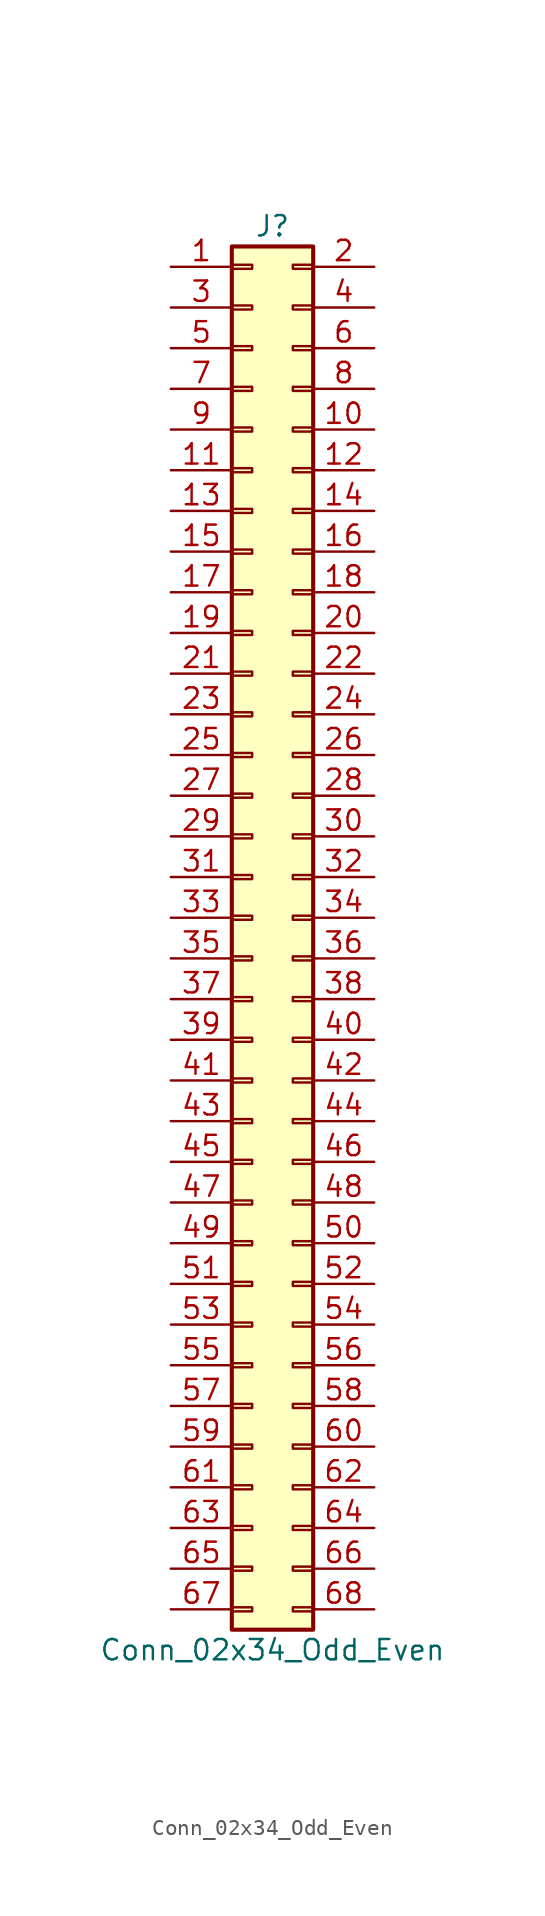
<source format=kicad_sym>
(kicad_symbol_lib
  (version 20201005)
  (generator kicad_symbol_editor)
  (symbol "Conn_02x34_Odd_Even"
    (pin_names
      (offset 1.016) hide)
    (property "Reference" "J"
      (at 1.27 43.18 0)
      (effects (font (size 1.27 1.27))))
    (property "Value" "Conn_02x34_Odd_Even"
      (at 1.27 -45.72 0)
      (effects (font (size 1.27 1.27))))
    (symbol "Conn_02x34_Odd_Even_1_1"
      (rectangle (start -1.27 -43.053) (end 0 -43.307) (stroke (width 0.152)) (fill (type none)))
      (rectangle (start -1.27 -40.513) (end 0 -40.767) (stroke (width 0.152)) (fill (type none)))
      (rectangle (start -1.27 -37.973) (end 0 -38.227) (stroke (width 0.152)) (fill (type none)))
      (rectangle (start -1.27 -35.433) (end 0 -35.687) (stroke (width 0.152)) (fill (type none)))
      (rectangle (start -1.27 -32.893) (end 0 -33.147) (stroke (width 0.152)) (fill (type none)))
      (rectangle (start -1.27 -30.353) (end 0 -30.607) (stroke (width 0.152)) (fill (type none)))
      (rectangle (start -1.27 -27.813) (end 0 -28.067) (stroke (width 0.152)) (fill (type none)))
      (rectangle (start -1.27 -25.273) (end 0 -25.527) (stroke (width 0.152)) (fill (type none)))
      (rectangle (start -1.27 -22.733) (end 0 -22.987) (stroke (width 0.152)) (fill (type none)))
      (rectangle (start -1.27 -20.193) (end 0 -20.447) (stroke (width 0.152)) (fill (type none)))
      (rectangle (start -1.27 -17.653) (end 0 -17.907) (stroke (width 0.152)) (fill (type none)))
      (rectangle (start -1.27 -15.113) (end 0 -15.367) (stroke (width 0.152)) (fill (type none)))
      (rectangle (start -1.27 -12.573) (end 0 -12.827) (stroke (width 0.152)) (fill (type none)))
      (rectangle (start -1.27 -10.033) (end 0 -10.287) (stroke (width 0.152)) (fill (type none)))
      (rectangle (start -1.27 -7.493) (end 0 -7.747) (stroke (width 0.152)) (fill (type none)))
      (rectangle (start -1.27 -4.953) (end 0 -5.207) (stroke (width 0.152)) (fill (type none)))
      (rectangle (start -1.27 -2.413) (end 0 -2.667) (stroke (width 0.152)) (fill (type none)))
      (rectangle (start -1.27 0.127) (end 0 -0.127) (stroke (width 0.152)) (fill (type none)))
      (rectangle (start -1.27 2.667) (end 0 2.413) (stroke (width 0.152)) (fill (type none)))
      (rectangle (start -1.27 5.207) (end 0 4.953) (stroke (width 0.152)) (fill (type none)))
      (rectangle (start -1.27 7.747) (end 0 7.493) (stroke (width 0.152)) (fill (type none)))
      (rectangle (start -1.27 10.287) (end 0 10.033) (stroke (width 0.152)) (fill (type none)))
      (rectangle (start -1.27 12.827) (end 0 12.573) (stroke (width 0.152)) (fill (type none)))
      (rectangle (start -1.27 15.367) (end 0 15.113) (stroke (width 0.152)) (fill (type none)))
      (rectangle (start -1.27 17.907) (end 0 17.653) (stroke (width 0.152)) (fill (type none)))
      (rectangle (start -1.27 20.447) (end 0 20.193) (stroke (width 0.152)) (fill (type none)))
      (rectangle (start -1.27 22.987) (end 0 22.733) (stroke (width 0.152)) (fill (type none)))
      (rectangle (start -1.27 25.527) (end 0 25.273) (stroke (width 0.152)) (fill (type none)))
      (rectangle (start -1.27 28.067) (end 0 27.813) (stroke (width 0.152)) (fill (type none)))
      (rectangle (start -1.27 30.607) (end 0 30.353) (stroke (width 0.152)) (fill (type none)))
      (rectangle (start -1.27 33.147) (end 0 32.893) (stroke (width 0.152)) (fill (type none)))
      (rectangle (start -1.27 35.687) (end 0 35.433) (stroke (width 0.152)) (fill (type none)))
      (rectangle (start -1.27 38.227) (end 0 37.973) (stroke (width 0.152)) (fill (type none)))
      (rectangle (start -1.27 40.767) (end 0 40.513) (stroke (width 0.152)) (fill (type none)))
      (rectangle (start 3.81 -43.053) (end 2.54 -43.307) (stroke (width 0.152)) (fill (type none)))
      (rectangle (start 3.81 -40.513) (end 2.54 -40.767) (stroke (width 0.152)) (fill (type none)))
      (rectangle (start 3.81 -37.973) (end 2.54 -38.227) (stroke (width 0.152)) (fill (type none)))
      (rectangle (start 3.81 -35.433) (end 2.54 -35.687) (stroke (width 0.152)) (fill (type none)))
      (rectangle (start 3.81 -32.893) (end 2.54 -33.147) (stroke (width 0.152)) (fill (type none)))
      (rectangle (start 3.81 -30.353) (end 2.54 -30.607) (stroke (width 0.152)) (fill (type none)))
      (rectangle (start 3.81 -27.813) (end 2.54 -28.067) (stroke (width 0.152)) (fill (type none)))
      (rectangle (start 3.81 -25.273) (end 2.54 -25.527) (stroke (width 0.152)) (fill (type none)))
      (rectangle (start 3.81 -22.733) (end 2.54 -22.987) (stroke (width 0.152)) (fill (type none)))
      (rectangle (start 3.81 -20.193) (end 2.54 -20.447) (stroke (width 0.152)) (fill (type none)))
      (rectangle (start 3.81 -17.653) (end 2.54 -17.907) (stroke (width 0.152)) (fill (type none)))
      (rectangle (start 3.81 -15.113) (end 2.54 -15.367) (stroke (width 0.152)) (fill (type none)))
      (rectangle (start 3.81 -12.573) (end 2.54 -12.827) (stroke (width 0.152)) (fill (type none)))
      (rectangle (start 3.81 -10.033) (end 2.54 -10.287) (stroke (width 0.152)) (fill (type none)))
      (rectangle (start 3.81 -7.493) (end 2.54 -7.747) (stroke (width 0.152)) (fill (type none)))
      (rectangle (start 3.81 -4.953) (end 2.54 -5.207) (stroke (width 0.152)) (fill (type none)))
      (rectangle (start 3.81 -2.413) (end 2.54 -2.667) (stroke (width 0.152)) (fill (type none)))
      (rectangle (start 3.81 0.127) (end 2.54 -0.127) (stroke (width 0.152)) (fill (type none)))
      (rectangle (start 3.81 2.667) (end 2.54 2.413) (stroke (width 0.152)) (fill (type none)))
      (rectangle (start 3.81 5.207) (end 2.54 4.953) (stroke (width 0.152)) (fill (type none)))
      (rectangle (start 3.81 7.747) (end 2.54 7.493) (stroke (width 0.152)) (fill (type none)))
      (rectangle (start 3.81 10.287) (end 2.54 10.033) (stroke (width 0.152)) (fill (type none)))
      (rectangle (start 3.81 12.827) (end 2.54 12.573) (stroke (width 0.152)) (fill (type none)))
      (rectangle (start 3.81 15.367) (end 2.54 15.113) (stroke (width 0.152)) (fill (type none)))
      (rectangle (start 3.81 17.907) (end 2.54 17.653) (stroke (width 0.152)) (fill (type none)))
      (rectangle (start 3.81 20.447) (end 2.54 20.193) (stroke (width 0.152)) (fill (type none)))
      (rectangle (start 3.81 22.987) (end 2.54 22.733) (stroke (width 0.152)) (fill (type none)))
      (rectangle (start 3.81 25.527) (end 2.54 25.273) (stroke (width 0.152)) (fill (type none)))
      (rectangle (start 3.81 28.067) (end 2.54 27.813) (stroke (width 0.152)) (fill (type none)))
      (rectangle (start 3.81 30.607) (end 2.54 30.353) (stroke (width 0.152)) (fill (type none)))
      (rectangle (start 3.81 33.147) (end 2.54 32.893) (stroke (width 0.152)) (fill (type none)))
      (rectangle (start 3.81 35.687) (end 2.54 35.433) (stroke (width 0.152)) (fill (type none)))
      (rectangle (start 3.81 38.227) (end 2.54 37.973) (stroke (width 0.152)) (fill (type none)))
      (rectangle (start 3.81 40.767) (end 2.54 40.513) (stroke (width 0.152)) (fill (type none)))
      (rectangle (start -1.27 41.91) (end 3.81 -44.45) (stroke (width 0.254)) (fill (type background)))
      (pin passive line (at -5.08 40.64 0) (length 3.81) (name "Pin_1" (effects (font (size 1.27 1.27)))) (number "1" (effects (font (size 1.27 1.27)))))
      (pin passive line (at 7.62 30.48 180) (length 3.81) (name "Pin_10" (effects (font (size 1.27 1.27)))) (number "10" (effects (font (size 1.27 1.27)))))
      (pin passive line (at -5.08 27.94 0) (length 3.81) (name "Pin_11" (effects (font (size 1.27 1.27)))) (number "11" (effects (font (size 1.27 1.27)))))
      (pin passive line (at 7.62 27.94 180) (length 3.81) (name "Pin_12" (effects (font (size 1.27 1.27)))) (number "12" (effects (font (size 1.27 1.27)))))
      (pin passive line (at -5.08 25.4 0) (length 3.81) (name "Pin_13" (effects (font (size 1.27 1.27)))) (number "13" (effects (font (size 1.27 1.27)))))
      (pin passive line (at 7.62 25.4 180) (length 3.81) (name "Pin_14" (effects (font (size 1.27 1.27)))) (number "14" (effects (font (size 1.27 1.27)))))
      (pin passive line (at -5.08 22.86 0) (length 3.81) (name "Pin_15" (effects (font (size 1.27 1.27)))) (number "15" (effects (font (size 1.27 1.27)))))
      (pin passive line (at 7.62 22.86 180) (length 3.81) (name "Pin_16" (effects (font (size 1.27 1.27)))) (number "16" (effects (font (size 1.27 1.27)))))
      (pin passive line (at -5.08 20.32 0) (length 3.81) (name "Pin_17" (effects (font (size 1.27 1.27)))) (number "17" (effects (font (size 1.27 1.27)))))
      (pin passive line (at 7.62 20.32 180) (length 3.81) (name "Pin_18" (effects (font (size 1.27 1.27)))) (number "18" (effects (font (size 1.27 1.27)))))
      (pin passive line (at -5.08 17.78 0) (length 3.81) (name "Pin_19" (effects (font (size 1.27 1.27)))) (number "19" (effects (font (size 1.27 1.27)))))
      (pin passive line (at 7.62 40.64 180) (length 3.81) (name "Pin_2" (effects (font (size 1.27 1.27)))) (number "2" (effects (font (size 1.27 1.27)))))
      (pin passive line (at 7.62 17.78 180) (length 3.81) (name "Pin_20" (effects (font (size 1.27 1.27)))) (number "20" (effects (font (size 1.27 1.27)))))
      (pin passive line (at -5.08 15.24 0) (length 3.81) (name "Pin_21" (effects (font (size 1.27 1.27)))) (number "21" (effects (font (size 1.27 1.27)))))
      (pin passive line (at 7.62 15.24 180) (length 3.81) (name "Pin_22" (effects (font (size 1.27 1.27)))) (number "22" (effects (font (size 1.27 1.27)))))
      (pin passive line (at -5.08 12.7 0) (length 3.81) (name "Pin_23" (effects (font (size 1.27 1.27)))) (number "23" (effects (font (size 1.27 1.27)))))
      (pin passive line (at 7.62 12.7 180) (length 3.81) (name "Pin_24" (effects (font (size 1.27 1.27)))) (number "24" (effects (font (size 1.27 1.27)))))
      (pin passive line (at -5.08 10.16 0) (length 3.81) (name "Pin_25" (effects (font (size 1.27 1.27)))) (number "25" (effects (font (size 1.27 1.27)))))
      (pin passive line (at 7.62 10.16 180) (length 3.81) (name "Pin_26" (effects (font (size 1.27 1.27)))) (number "26" (effects (font (size 1.27 1.27)))))
      (pin passive line (at -5.08 7.62 0) (length 3.81) (name "Pin_27" (effects (font (size 1.27 1.27)))) (number "27" (effects (font (size 1.27 1.27)))))
      (pin passive line (at 7.62 7.62 180) (length 3.81) (name "Pin_28" (effects (font (size 1.27 1.27)))) (number "28" (effects (font (size 1.27 1.27)))))
      (pin passive line (at -5.08 5.08 0) (length 3.81) (name "Pin_29" (effects (font (size 1.27 1.27)))) (number "29" (effects (font (size 1.27 1.27)))))
      (pin passive line (at -5.08 38.1 0) (length 3.81) (name "Pin_3" (effects (font (size 1.27 1.27)))) (number "3" (effects (font (size 1.27 1.27)))))
      (pin passive line (at 7.62 5.08 180) (length 3.81) (name "Pin_30" (effects (font (size 1.27 1.27)))) (number "30" (effects (font (size 1.27 1.27)))))
      (pin passive line (at -5.08 2.54 0) (length 3.81) (name "Pin_31" (effects (font (size 1.27 1.27)))) (number "31" (effects (font (size 1.27 1.27)))))
      (pin passive line (at 7.62 2.54 180) (length 3.81) (name "Pin_32" (effects (font (size 1.27 1.27)))) (number "32" (effects (font (size 1.27 1.27)))))
      (pin passive line (at -5.08 0 0) (length 3.81) (name "Pin_33" (effects (font (size 1.27 1.27)))) (number "33" (effects (font (size 1.27 1.27)))))
      (pin passive line (at 7.62 0 180) (length 3.81) (name "Pin_34" (effects (font (size 1.27 1.27)))) (number "34" (effects (font (size 1.27 1.27)))))
      (pin passive line (at -5.08 -2.54 0) (length 3.81) (name "Pin_35" (effects (font (size 1.27 1.27)))) (number "35" (effects (font (size 1.27 1.27)))))
      (pin passive line (at 7.62 -2.54 180) (length 3.81) (name "Pin_36" (effects (font (size 1.27 1.27)))) (number "36" (effects (font (size 1.27 1.27)))))
      (pin passive line (at -5.08 -5.08 0) (length 3.81) (name "Pin_37" (effects (font (size 1.27 1.27)))) (number "37" (effects (font (size 1.27 1.27)))))
      (pin passive line (at 7.62 -5.08 180) (length 3.81) (name "Pin_38" (effects (font (size 1.27 1.27)))) (number "38" (effects (font (size 1.27 1.27)))))
      (pin passive line (at -5.08 -7.62 0) (length 3.81) (name "Pin_39" (effects (font (size 1.27 1.27)))) (number "39" (effects (font (size 1.27 1.27)))))
      (pin passive line (at 7.62 38.1 180) (length 3.81) (name "Pin_4" (effects (font (size 1.27 1.27)))) (number "4" (effects (font (size 1.27 1.27)))))
      (pin passive line (at 7.62 -7.62 180) (length 3.81) (name "Pin_40" (effects (font (size 1.27 1.27)))) (number "40" (effects (font (size 1.27 1.27)))))
      (pin passive line (at -5.08 -10.16 0) (length 3.81) (name "Pin_41" (effects (font (size 1.27 1.27)))) (number "41" (effects (font (size 1.27 1.27)))))
      (pin passive line (at 7.62 -10.16 180) (length 3.81) (name "Pin_42" (effects (font (size 1.27 1.27)))) (number "42" (effects (font (size 1.27 1.27)))))
      (pin passive line (at -5.08 -12.7 0) (length 3.81) (name "Pin_43" (effects (font (size 1.27 1.27)))) (number "43" (effects (font (size 1.27 1.27)))))
      (pin passive line (at 7.62 -12.7 180) (length 3.81) (name "Pin_44" (effects (font (size 1.27 1.27)))) (number "44" (effects (font (size 1.27 1.27)))))
      (pin passive line (at -5.08 -15.24 0) (length 3.81) (name "Pin_45" (effects (font (size 1.27 1.27)))) (number "45" (effects (font (size 1.27 1.27)))))
      (pin passive line (at 7.62 -15.24 180) (length 3.81) (name "Pin_46" (effects (font (size 1.27 1.27)))) (number "46" (effects (font (size 1.27 1.27)))))
      (pin passive line (at -5.08 -17.78 0) (length 3.81) (name "Pin_47" (effects (font (size 1.27 1.27)))) (number "47" (effects (font (size 1.27 1.27)))))
      (pin passive line (at 7.62 -17.78 180) (length 3.81) (name "Pin_48" (effects (font (size 1.27 1.27)))) (number "48" (effects (font (size 1.27 1.27)))))
      (pin passive line (at -5.08 -20.32 0) (length 3.81) (name "Pin_49" (effects (font (size 1.27 1.27)))) (number "49" (effects (font (size 1.27 1.27)))))
      (pin passive line (at -5.08 35.56 0) (length 3.81) (name "Pin_5" (effects (font (size 1.27 1.27)))) (number "5" (effects (font (size 1.27 1.27)))))
      (pin passive line (at 7.62 -20.32 180) (length 3.81) (name "Pin_50" (effects (font (size 1.27 1.27)))) (number "50" (effects (font (size 1.27 1.27)))))
      (pin passive line (at -5.08 -22.86 0) (length 3.81) (name "Pin_51" (effects (font (size 1.27 1.27)))) (number "51" (effects (font (size 1.27 1.27)))))
      (pin passive line (at 7.62 -22.86 180) (length 3.81) (name "Pin_52" (effects (font (size 1.27 1.27)))) (number "52" (effects (font (size 1.27 1.27)))))
      (pin passive line (at -5.08 -25.4 0) (length 3.81) (name "Pin_53" (effects (font (size 1.27 1.27)))) (number "53" (effects (font (size 1.27 1.27)))))
      (pin passive line (at 7.62 -25.4 180) (length 3.81) (name "Pin_54" (effects (font (size 1.27 1.27)))) (number "54" (effects (font (size 1.27 1.27)))))
      (pin passive line (at -5.08 -27.94 0) (length 3.81) (name "Pin_55" (effects (font (size 1.27 1.27)))) (number "55" (effects (font (size 1.27 1.27)))))
      (pin passive line (at 7.62 -27.94 180) (length 3.81) (name "Pin_56" (effects (font (size 1.27 1.27)))) (number "56" (effects (font (size 1.27 1.27)))))
      (pin passive line (at -5.08 -30.48 0) (length 3.81) (name "Pin_57" (effects (font (size 1.27 1.27)))) (number "57" (effects (font (size 1.27 1.27)))))
      (pin passive line (at 7.62 -30.48 180) (length 3.81) (name "Pin_58" (effects (font (size 1.27 1.27)))) (number "58" (effects (font (size 1.27 1.27)))))
      (pin passive line (at -5.08 -33.02 0) (length 3.81) (name "Pin_59" (effects (font (size 1.27 1.27)))) (number "59" (effects (font (size 1.27 1.27)))))
      (pin passive line (at 7.62 35.56 180) (length 3.81) (name "Pin_6" (effects (font (size 1.27 1.27)))) (number "6" (effects (font (size 1.27 1.27)))))
      (pin passive line (at 7.62 -33.02 180) (length 3.81) (name "Pin_60" (effects (font (size 1.27 1.27)))) (number "60" (effects (font (size 1.27 1.27)))))
      (pin passive line (at -5.08 -35.56 0) (length 3.81) (name "Pin_61" (effects (font (size 1.27 1.27)))) (number "61" (effects (font (size 1.27 1.27)))))
      (pin passive line (at 7.62 -35.56 180) (length 3.81) (name "Pin_62" (effects (font (size 1.27 1.27)))) (number "62" (effects (font (size 1.27 1.27)))))
      (pin passive line (at -5.08 -38.1 0) (length 3.81) (name "Pin_63" (effects (font (size 1.27 1.27)))) (number "63" (effects (font (size 1.27 1.27)))))
      (pin passive line (at 7.62 -38.1 180) (length 3.81) (name "Pin_64" (effects (font (size 1.27 1.27)))) (number "64" (effects (font (size 1.27 1.27)))))
      (pin passive line (at -5.08 -40.64 0) (length 3.81) (name "Pin_65" (effects (font (size 1.27 1.27)))) (number "65" (effects (font (size 1.27 1.27)))))
      (pin passive line (at 7.62 -40.64 180) (length 3.81) (name "Pin_66" (effects (font (size 1.27 1.27)))) (number "66" (effects (font (size 1.27 1.27)))))
      (pin passive line (at -5.08 -43.18 0) (length 3.81) (name "Pin_67" (effects (font (size 1.27 1.27)))) (number "67" (effects (font (size 1.27 1.27)))))
      (pin passive line (at 7.62 -43.18 180) (length 3.81) (name "Pin_68" (effects (font (size 1.27 1.27)))) (number "68" (effects (font (size 1.27 1.27)))))
      (pin passive line (at -5.08 33.02 0) (length 3.81) (name "Pin_7" (effects (font (size 1.27 1.27)))) (number "7" (effects (font (size 1.27 1.27)))))
      (pin passive line (at 7.62 33.02 180) (length 3.81) (name "Pin_8" (effects (font (size 1.27 1.27)))) (number "8" (effects (font (size 1.27 1.27)))))
      (pin passive line (at -5.08 30.48 0) (length 3.81) (name "Pin_9" (effects (font (size 1.27 1.27)))) (number "9" (effects (font (size 1.27 1.27))))))))
</source>
